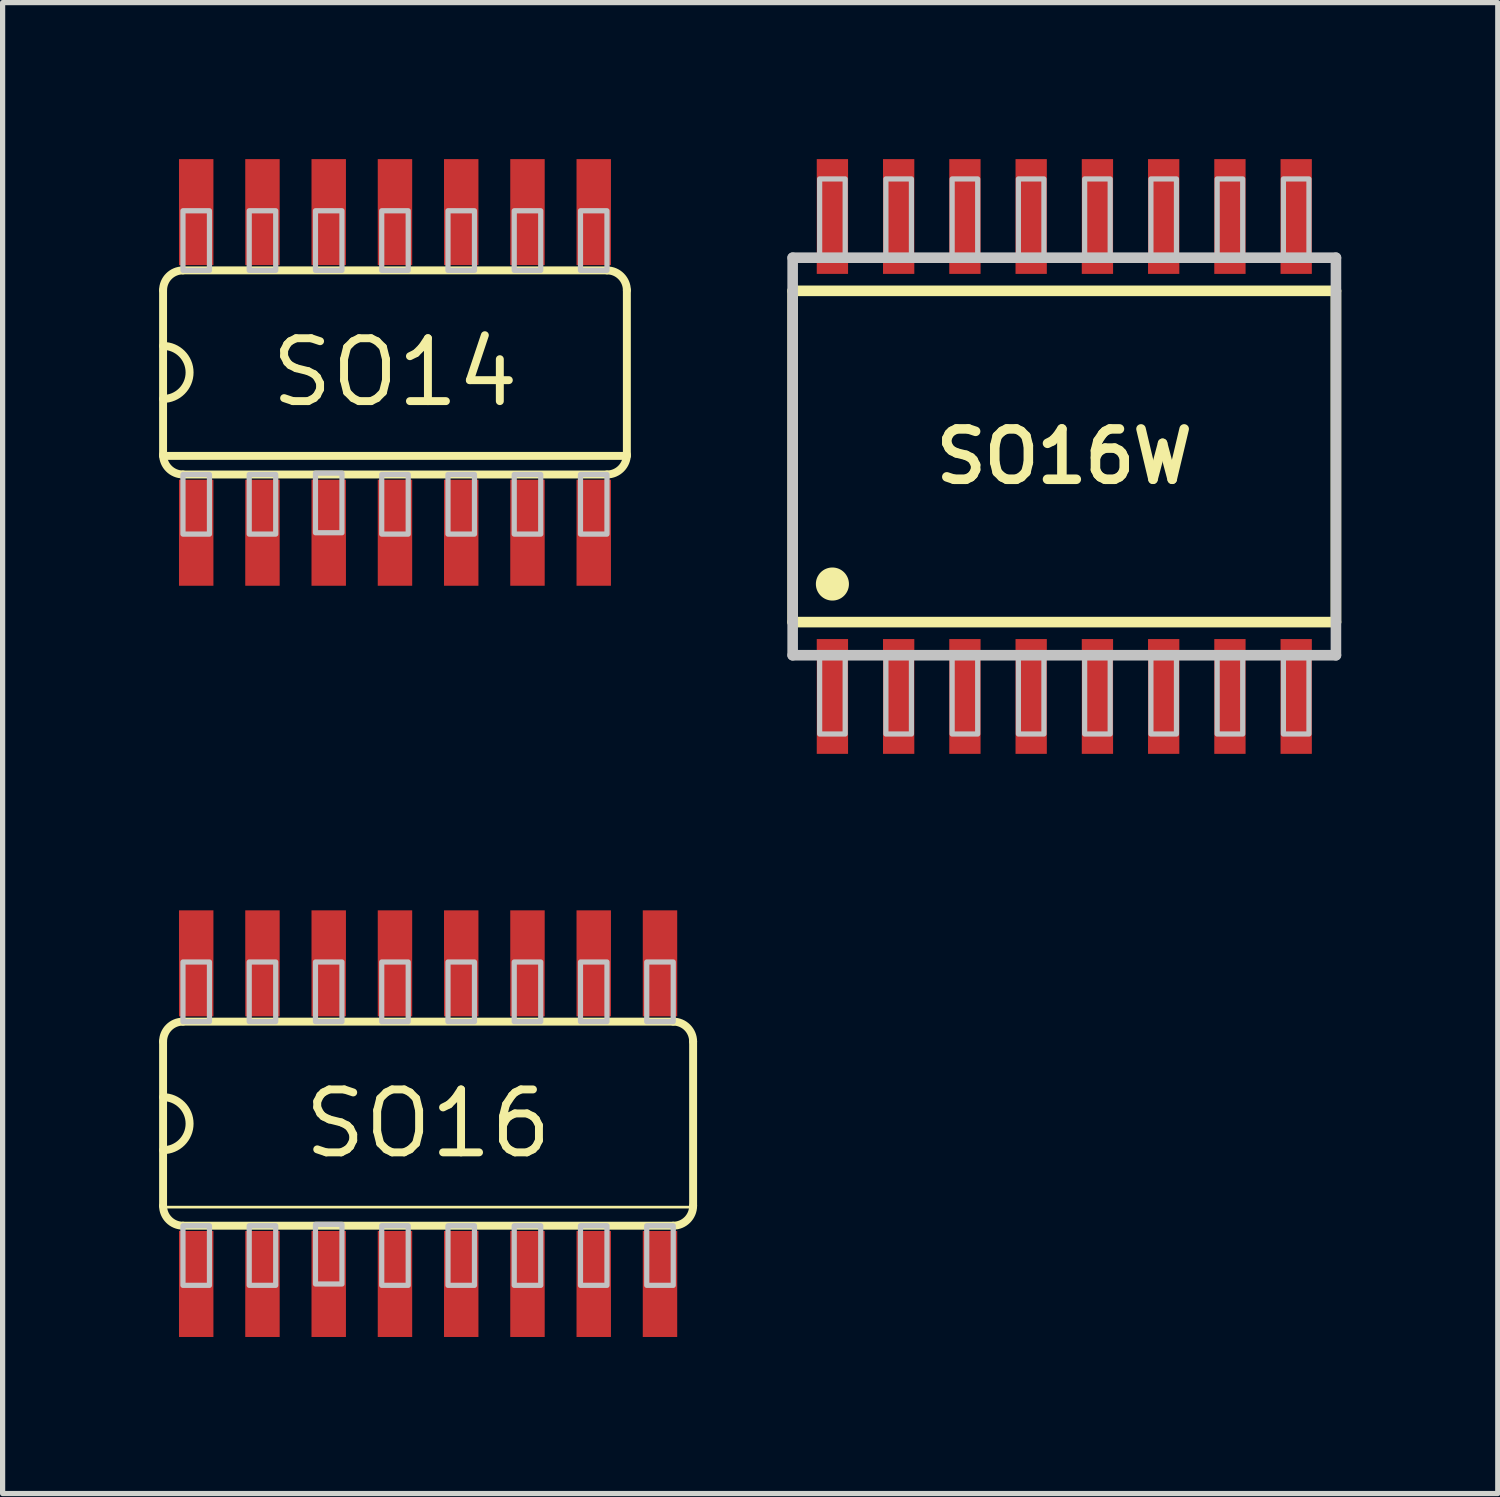
<source format=kicad_pcb>
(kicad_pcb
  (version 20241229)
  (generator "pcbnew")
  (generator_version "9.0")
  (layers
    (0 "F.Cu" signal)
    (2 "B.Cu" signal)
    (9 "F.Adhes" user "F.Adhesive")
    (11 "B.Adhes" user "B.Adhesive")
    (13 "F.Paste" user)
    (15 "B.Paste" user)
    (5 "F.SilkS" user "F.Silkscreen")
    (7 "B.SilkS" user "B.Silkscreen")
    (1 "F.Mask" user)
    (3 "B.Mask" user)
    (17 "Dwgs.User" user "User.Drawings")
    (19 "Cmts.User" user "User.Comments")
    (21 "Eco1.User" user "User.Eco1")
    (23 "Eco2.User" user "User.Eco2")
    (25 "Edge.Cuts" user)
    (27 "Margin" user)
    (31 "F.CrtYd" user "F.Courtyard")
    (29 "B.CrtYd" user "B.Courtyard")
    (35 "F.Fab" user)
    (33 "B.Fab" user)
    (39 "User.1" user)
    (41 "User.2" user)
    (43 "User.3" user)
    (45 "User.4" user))
  (footprint "SO14"
    (layer "F.Cu")
    (at 4.521 4.089)
    (property "Reference" "SO14" (at 0 0 0) (layer "F.SilkS") (effects (font (size 1.206 1.206) (thickness 0.152))))
    (attr through_hole)
    (fp_line (start -4.445 -1.575) (end -4.445 1.575) (stroke (width 0.152) (type solid)) (layer "F.SilkS"))
    (fp_line (start -4.445 1.6) (end 4.445 1.6) (stroke (width 0.152) (type solid)) (layer "F.SilkS"))
    (fp_line (start -4.064 1.956) (end 4.064 1.956) (stroke (width 0.152) (type solid)) (layer "F.SilkS"))
    (fp_line (start 4.064 -1.956) (end -4.064 -1.956) (stroke (width 0.152) (type solid)) (layer "F.SilkS"))
    (fp_line (start 4.445 1.575) (end 4.445 -1.575) (stroke (width 0.152) (type solid)) (layer "F.SilkS"))
    (fp_arc (start -4.445 -1.5748) (mid -4.333408 -1.844208) (end -4.064 -1.9558) (stroke (width 0.1524) (type solid)) (layer "F.SilkS"))
    (fp_arc (start -4.445 -0.508) (mid -3.937 0) (end -4.445 0.508) (stroke (width 0.1524) (type solid)) (layer "F.SilkS"))
    (fp_arc (start -4.064 1.9558) (mid -4.333408 1.844208) (end -4.445 1.5748) (stroke (width 0.1524) (type solid)) (layer "F.SilkS"))
    (fp_arc (start 4.064 -1.9558) (mid 4.333408 -1.844208) (end 4.445 -1.5748) (stroke (width 0.1524) (type solid)) (layer "F.SilkS"))
    (fp_arc (start 4.445 1.5748) (mid 4.333408 1.844208) (end 4.064 1.9558) (stroke (width 0.1524) (type solid)) (layer "F.SilkS"))
    (fp_poly (pts (xy -4.064 -1.956) (xy -3.556 -1.956) (xy -3.556 -3.099) (xy -4.064 -3.099)) (stroke (width 0.1) (type solid)) (fill no) (layer "Dwgs.User"))
    (fp_poly (pts (xy -4.064 3.099) (xy -3.556 3.099) (xy -3.556 1.956) (xy -4.064 1.956)) (stroke (width 0.1) (type solid)) (fill no) (layer "Dwgs.User"))
    (fp_poly (pts (xy -2.794 -1.956) (xy -2.286 -1.956) (xy -2.286 -3.099) (xy -2.794 -3.099)) (stroke (width 0.1) (type solid)) (fill no) (layer "Dwgs.User"))
    (fp_poly (pts (xy -2.794 3.099) (xy -2.286 3.099) (xy -2.286 1.956) (xy -2.794 1.956)) (stroke (width 0.1) (type solid)) (fill no) (layer "Dwgs.User"))
    (fp_poly (pts (xy -1.524 -1.956) (xy -1.016 -1.956) (xy -1.016 -3.099) (xy -1.524 -3.099)) (stroke (width 0.1) (type solid)) (fill no) (layer "Dwgs.User"))
    (fp_poly (pts (xy -1.524 3.073) (xy -1.016 3.073) (xy -1.016 1.93) (xy -1.524 1.93)) (stroke (width 0.1) (type solid)) (fill no) (layer "Dwgs.User"))
    (fp_poly (pts (xy -0.254 -1.956) (xy 0.254 -1.956) (xy 0.254 -3.099) (xy -0.254 -3.099)) (stroke (width 0.1) (type solid)) (fill no) (layer "Dwgs.User"))
    (fp_poly (pts (xy -0.254 3.099) (xy 0.254 3.099) (xy 0.254 1.956) (xy -0.254 1.956)) (stroke (width 0.1) (type solid)) (fill no) (layer "Dwgs.User"))
    (fp_poly (pts (xy 1.016 -1.956) (xy 1.524 -1.956) (xy 1.524 -3.099) (xy 1.016 -3.099)) (stroke (width 0.1) (type solid)) (fill no) (layer "Dwgs.User"))
    (fp_poly (pts (xy 1.016 3.099) (xy 1.524 3.099) (xy 1.524 1.956) (xy 1.016 1.956)) (stroke (width 0.1) (type solid)) (fill no) (layer "Dwgs.User"))
    (fp_poly (pts (xy 2.286 -1.956) (xy 2.794 -1.956) (xy 2.794 -3.099) (xy 2.286 -3.099)) (stroke (width 0.1) (type solid)) (fill no) (layer "Dwgs.User"))
    (fp_poly (pts (xy 2.286 3.099) (xy 2.794 3.099) (xy 2.794 1.956) (xy 2.286 1.956)) (stroke (width 0.1) (type solid)) (fill no) (layer "Dwgs.User"))
    (fp_poly (pts (xy 3.556 -1.956) (xy 4.064 -1.956) (xy 4.064 -3.099) (xy 3.556 -3.099)) (stroke (width 0.1) (type solid)) (fill no) (layer "Dwgs.User"))
    (fp_poly (pts (xy 3.556 3.099) (xy 4.064 3.099) (xy 4.064 1.956) (xy 3.556 1.956)) (stroke (width 0.1) (type solid)) (fill no) (layer "Dwgs.User"))
    (pad "1" smd rect (at -3.81 3.073) (size 0.66 2.032) (layers "F.Cu" "F.Mask" "F.Paste"))
    (pad "2" smd rect (at -2.54 3.073) (size 0.66 2.032) (layers "F.Cu" "F.Mask" "F.Paste"))
    (pad "3" smd rect (at -1.27 3.073) (size 0.66 2.032) (layers "F.Cu" "F.Mask" "F.Paste"))
    (pad "4" smd rect (at 0 3.073) (size 0.66 2.032) (layers "F.Cu" "F.Mask" "F.Paste"))
    (pad "5" smd rect (at 1.27 3.073) (size 0.66 2.032) (layers "F.Cu" "F.Mask" "F.Paste"))
    (pad "6" smd rect (at 2.54 3.073) (size 0.66 2.032) (layers "F.Cu" "F.Mask" "F.Paste"))
    (pad "7" smd rect (at 3.81 3.073) (size 0.66 2.032) (layers "F.Cu" "F.Mask" "F.Paste"))
    (pad "8" smd rect (at 3.81 -3.073) (size 0.66 2.032) (layers "F.Cu" "F.Mask" "F.Paste"))
    (pad "9" smd rect (at 2.54 -3.073) (size 0.66 2.032) (layers "F.Cu" "F.Mask" "F.Paste"))
    (pad "10" smd rect (at 1.27 -3.073) (size 0.66 2.032) (layers "F.Cu" "F.Mask" "F.Paste"))
    (pad "11" smd rect (at 0 -3.073) (size 0.66 2.032) (layers "F.Cu" "F.Mask" "F.Paste"))
    (pad "12" smd rect (at -1.27 -3.073) (size 0.66 2.032) (layers "F.Cu" "F.Mask" "F.Paste"))
    (pad "13" smd rect (at -2.54 -3.073) (size 0.66 2.032) (layers "F.Cu" "F.Mask" "F.Paste"))
    (pad "14" smd rect (at -3.81 -3.073) (size 0.66 2.032) (layers "F.Cu" "F.Mask" "F.Paste")))
  (footprint "SO16W"
    (layer "F.Cu")
    (at 17.351 5.7)
    (property "Reference" "SO16W" (at 0 0 0) (layer "F.SilkS") (effects (font (size 0.965 0.965) (thickness 0.183))))
    (attr through_hole)
    (fp_line (start -5.207 -3.175) (end 5.207 -3.175) (stroke (width 0.203) (type solid)) (layer "F.SilkS"))
    (fp_line (start -5.207 3.175) (end -5.207 -3.175) (stroke (width 0.203) (type solid)) (layer "F.SilkS"))
    (fp_line (start 5.207 -3.175) (end 5.207 3.175) (stroke (width 0.203) (type solid)) (layer "F.SilkS"))
    (fp_line (start 5.207 3.175) (end -5.207 3.175) (stroke (width 0.203) (type solid)) (layer "F.SilkS"))
    (fp_circle (center -4.445 2.445) (end -4.128 2.445) (stroke (width 0) (type solid)) (fill yes) (layer "F.SilkS"))
    (fp_line (start -5.207 -3.81) (end 5.207 -3.81) (stroke (width 0.203) (type solid)) (layer "Dwgs.User"))
    (fp_line (start -5.207 3.81) (end -5.207 -3.81) (stroke (width 0.203) (type solid)) (layer "Dwgs.User"))
    (fp_line (start 5.207 -3.81) (end 5.207 3.81) (stroke (width 0.203) (type solid)) (layer "Dwgs.User"))
    (fp_line (start 5.207 3.81) (end -5.207 3.81) (stroke (width 0.203) (type solid)) (layer "Dwgs.User"))
    (fp_poly (pts (xy -4.69 -3.8) (xy -4.2 -3.8) (xy -4.2 -5.32) (xy -4.69 -5.32)) (stroke (width 0.1) (type solid)) (fill no) (layer "Dwgs.User"))
    (fp_poly (pts (xy -4.69 5.32) (xy -4.2 5.32) (xy -4.2 3.8) (xy -4.69 3.8)) (stroke (width 0.1) (type solid)) (fill no) (layer "Dwgs.User"))
    (fp_poly (pts (xy -3.42 -3.8) (xy -2.93 -3.8) (xy -2.93 -5.32) (xy -3.42 -5.32)) (stroke (width 0.1) (type solid)) (fill no) (layer "Dwgs.User"))
    (fp_poly (pts (xy -3.42 5.32) (xy -2.93 5.32) (xy -2.93 3.8) (xy -3.42 3.8)) (stroke (width 0.1) (type solid)) (fill no) (layer "Dwgs.User"))
    (fp_poly (pts (xy -2.15 -3.8) (xy -1.66 -3.8) (xy -1.66 -5.32) (xy -2.15 -5.32)) (stroke (width 0.1) (type solid)) (fill no) (layer "Dwgs.User"))
    (fp_poly (pts (xy -2.15 5.32) (xy -1.66 5.32) (xy -1.66 3.8) (xy -2.15 3.8)) (stroke (width 0.1) (type solid)) (fill no) (layer "Dwgs.User"))
    (fp_poly (pts (xy -0.88 -3.8) (xy -0.39 -3.8) (xy -0.39 -5.32) (xy -0.88 -5.32)) (stroke (width 0.1) (type solid)) (fill no) (layer "Dwgs.User"))
    (fp_poly (pts (xy -0.88 5.32) (xy -0.39 5.32) (xy -0.39 3.8) (xy -0.88 3.8)) (stroke (width 0.1) (type solid)) (fill no) (layer "Dwgs.User"))
    (fp_poly (pts (xy 0.39 -3.8) (xy 0.88 -3.8) (xy 0.88 -5.32) (xy 0.39 -5.32)) (stroke (width 0.1) (type solid)) (fill no) (layer "Dwgs.User"))
    (fp_poly (pts (xy 0.39 5.32) (xy 0.88 5.32) (xy 0.88 3.8) (xy 0.39 3.8)) (stroke (width 0.1) (type solid)) (fill no) (layer "Dwgs.User"))
    (fp_poly (pts (xy 1.66 -3.8) (xy 2.15 -3.8) (xy 2.15 -5.32) (xy 1.66 -5.32)) (stroke (width 0.1) (type solid)) (fill no) (layer "Dwgs.User"))
    (fp_poly (pts (xy 1.66 5.32) (xy 2.15 5.32) (xy 2.15 3.8) (xy 1.66 3.8)) (stroke (width 0.1) (type solid)) (fill no) (layer "Dwgs.User"))
    (fp_poly (pts (xy 2.93 -3.8) (xy 3.42 -3.8) (xy 3.42 -5.32) (xy 2.93 -5.32)) (stroke (width 0.1) (type solid)) (fill no) (layer "Dwgs.User"))
    (fp_poly (pts (xy 2.93 5.32) (xy 3.42 5.32) (xy 3.42 3.8) (xy 2.93 3.8)) (stroke (width 0.1) (type solid)) (fill no) (layer "Dwgs.User"))
    (fp_poly (pts (xy 4.2 -3.8) (xy 4.69 -3.8) (xy 4.69 -5.32) (xy 4.2 -5.32)) (stroke (width 0.1) (type solid)) (fill no) (layer "Dwgs.User"))
    (fp_poly (pts (xy 4.2 5.32) (xy 4.69 5.32) (xy 4.69 3.8) (xy 4.2 3.8)) (stroke (width 0.1) (type solid)) (fill no) (layer "Dwgs.User"))
    (pad "1" smd rect (at -4.445 4.6) (size 0.6 2.2) (layers "F.Cu" "F.Mask" "F.Paste"))
    (pad "2" smd rect (at -3.175 4.6) (size 0.6 2.2) (layers "F.Cu" "F.Mask" "F.Paste"))
    (pad "3" smd rect (at -1.905 4.6) (size 0.6 2.2) (layers "F.Cu" "F.Mask" "F.Paste"))
    (pad "4" smd rect (at -0.635 4.6) (size 0.6 2.2) (layers "F.Cu" "F.Mask" "F.Paste"))
    (pad "5" smd rect (at 0.635 4.6) (size 0.6 2.2) (layers "F.Cu" "F.Mask" "F.Paste"))
    (pad "6" smd rect (at 1.905 4.6) (size 0.6 2.2) (layers "F.Cu" "F.Mask" "F.Paste"))
    (pad "7" smd rect (at 3.175 4.6) (size 0.6 2.2) (layers "F.Cu" "F.Mask" "F.Paste"))
    (pad "8" smd rect (at 4.445 4.6) (size 0.6 2.2) (layers "F.Cu" "F.Mask" "F.Paste"))
    (pad "9" smd rect (at 4.445 -4.6) (size 0.6 2.2) (layers "F.Cu" "F.Mask" "F.Paste"))
    (pad "10" smd rect (at 3.175 -4.6) (size 0.6 2.2) (layers "F.Cu" "F.Mask" "F.Paste"))
    (pad "11" smd rect (at 1.905 -4.6) (size 0.6 2.2) (layers "F.Cu" "F.Mask" "F.Paste"))
    (pad "12" smd rect (at 0.635 -4.6) (size 0.6 2.2) (layers "F.Cu" "F.Mask" "F.Paste"))
    (pad "13" smd rect (at -0.635 -4.6) (size 0.6 2.2) (layers "F.Cu" "F.Mask" "F.Paste"))
    (pad "14" smd rect (at -1.905 -4.6) (size 0.6 2.2) (layers "F.Cu" "F.Mask" "F.Paste"))
    (pad "15" smd rect (at -3.175 -4.6) (size 0.6 2.2) (layers "F.Cu" "F.Mask" "F.Paste"))
    (pad "16" smd rect (at -4.445 -4.6) (size 0.6 2.2) (layers "F.Cu" "F.Mask" "F.Paste")))
  (footprint "SO16"
    (layer "F.Cu")
    (at 5.156 18.489)
    (property "Reference" "SO16" (at 0 0 0) (layer "F.SilkS") (effects (font (size 1.206 1.206) (thickness 0.152))))
    (attr through_hole)
    (fp_line (start -5.08 -1.575) (end -5.08 1.575) (stroke (width 0.152) (type solid)) (layer "F.SilkS"))
    (fp_line (start -5.08 1.6) (end 5.08 1.6) (stroke (width 0.051) (type solid)) (layer "F.SilkS"))
    (fp_line (start -4.699 1.956) (end 4.699 1.956) (stroke (width 0.152) (type solid)) (layer "F.SilkS"))
    (fp_line (start 4.699 -1.956) (end -4.699 -1.956) (stroke (width 0.152) (type solid)) (layer "F.SilkS"))
    (fp_line (start 5.08 1.575) (end 5.08 -1.575) (stroke (width 0.152) (type solid)) (layer "F.SilkS"))
    (fp_arc (start -5.08 -1.5748) (mid -4.968408 -1.844208) (end -4.699 -1.9558) (stroke (width 0.1524) (type solid)) (layer "F.SilkS"))
    (fp_arc (start -5.08 -0.508) (mid -4.572 0) (end -5.08 0.508) (stroke (width 0.1524) (type solid)) (layer "F.SilkS"))
    (fp_arc (start -4.699 1.9558) (mid -4.968408 1.844208) (end -5.08 1.5748) (stroke (width 0.1524) (type solid)) (layer "F.SilkS"))
    (fp_arc (start 4.699 -1.9558) (mid 4.968408 -1.844208) (end 5.08 -1.5748) (stroke (width 0.1524) (type solid)) (layer "F.SilkS"))
    (fp_arc (start 5.08 1.5748) (mid 4.968408 1.844208) (end 4.699 1.9558) (stroke (width 0.1524) (type solid)) (layer "F.SilkS"))
    (fp_poly (pts (xy -4.699 -1.956) (xy -4.191 -1.956) (xy -4.191 -3.099) (xy -4.699 -3.099)) (stroke (width 0.1) (type solid)) (fill no) (layer "Dwgs.User"))
    (fp_poly (pts (xy -4.699 3.099) (xy -4.191 3.099) (xy -4.191 1.956) (xy -4.699 1.956)) (stroke (width 0.1) (type solid)) (fill no) (layer "Dwgs.User"))
    (fp_poly (pts (xy -3.429 -1.956) (xy -2.921 -1.956) (xy -2.921 -3.099) (xy -3.429 -3.099)) (stroke (width 0.1) (type solid)) (fill no) (layer "Dwgs.User"))
    (fp_poly (pts (xy -3.429 3.099) (xy -2.921 3.099) (xy -2.921 1.956) (xy -3.429 1.956)) (stroke (width 0.1) (type solid)) (fill no) (layer "Dwgs.User"))
    (fp_poly (pts (xy -2.159 -1.956) (xy -1.651 -1.956) (xy -1.651 -3.099) (xy -2.159 -3.099)) (stroke (width 0.1) (type solid)) (fill no) (layer "Dwgs.User"))
    (fp_poly (pts (xy -2.159 3.073) (xy -1.651 3.073) (xy -1.651 1.93) (xy -2.159 1.93)) (stroke (width 0.1) (type solid)) (fill no) (layer "Dwgs.User"))
    (fp_poly (pts (xy -0.889 -1.956) (xy -0.381 -1.956) (xy -0.381 -3.099) (xy -0.889 -3.099)) (stroke (width 0.1) (type solid)) (fill no) (layer "Dwgs.User"))
    (fp_poly (pts (xy -0.889 3.099) (xy -0.381 3.099) (xy -0.381 1.956) (xy -0.889 1.956)) (stroke (width 0.1) (type solid)) (fill no) (layer "Dwgs.User"))
    (fp_poly (pts (xy 0.381 -1.956) (xy 0.889 -1.956) (xy 0.889 -3.099) (xy 0.381 -3.099)) (stroke (width 0.1) (type solid)) (fill no) (layer "Dwgs.User"))
    (fp_poly (pts (xy 0.381 3.099) (xy 0.889 3.099) (xy 0.889 1.956) (xy 0.381 1.956)) (stroke (width 0.1) (type solid)) (fill no) (layer "Dwgs.User"))
    (fp_poly (pts (xy 1.651 -1.956) (xy 2.159 -1.956) (xy 2.159 -3.099) (xy 1.651 -3.099)) (stroke (width 0.1) (type solid)) (fill no) (layer "Dwgs.User"))
    (fp_poly (pts (xy 1.651 3.099) (xy 2.159 3.099) (xy 2.159 1.956) (xy 1.651 1.956)) (stroke (width 0.1) (type solid)) (fill no) (layer "Dwgs.User"))
    (fp_poly (pts (xy 2.921 -1.956) (xy 3.429 -1.956) (xy 3.429 -3.099) (xy 2.921 -3.099)) (stroke (width 0.1) (type solid)) (fill no) (layer "Dwgs.User"))
    (fp_poly (pts (xy 2.921 3.099) (xy 3.429 3.099) (xy 3.429 1.956) (xy 2.921 1.956)) (stroke (width 0.1) (type solid)) (fill no) (layer "Dwgs.User"))
    (fp_poly (pts (xy 4.191 -1.956) (xy 4.699 -1.956) (xy 4.699 -3.099) (xy 4.191 -3.099)) (stroke (width 0.1) (type solid)) (fill no) (layer "Dwgs.User"))
    (fp_poly (pts (xy 4.191 3.099) (xy 4.699 3.099) (xy 4.699 1.956) (xy 4.191 1.956)) (stroke (width 0.1) (type solid)) (fill no) (layer "Dwgs.User"))
    (pad "1" smd rect (at -4.445 3.073) (size 0.66 2.032) (layers "F.Cu" "F.Mask" "F.Paste"))
    (pad "2" smd rect (at -3.175 3.073) (size 0.66 2.032) (layers "F.Cu" "F.Mask" "F.Paste"))
    (pad "3" smd rect (at -1.905 3.073) (size 0.66 2.032) (layers "F.Cu" "F.Mask" "F.Paste"))
    (pad "4" smd rect (at -0.635 3.073) (size 0.66 2.032) (layers "F.Cu" "F.Mask" "F.Paste"))
    (pad "5" smd rect (at 0.635 3.073) (size 0.66 2.032) (layers "F.Cu" "F.Mask" "F.Paste"))
    (pad "6" smd rect (at 1.905 3.073) (size 0.66 2.032) (layers "F.Cu" "F.Mask" "F.Paste"))
    (pad "7" smd rect (at 3.175 3.073) (size 0.66 2.032) (layers "F.Cu" "F.Mask" "F.Paste"))
    (pad "8" smd rect (at 4.445 3.073) (size 0.66 2.032) (layers "F.Cu" "F.Mask" "F.Paste"))
    (pad "9" smd rect (at 4.445 -3.073) (size 0.66 2.032) (layers "F.Cu" "F.Mask" "F.Paste"))
    (pad "10" smd rect (at 3.175 -3.073) (size 0.66 2.032) (layers "F.Cu" "F.Mask" "F.Paste"))
    (pad "11" smd rect (at 1.905 -3.073) (size 0.66 2.032) (layers "F.Cu" "F.Mask" "F.Paste"))
    (pad "12" smd rect (at 0.635 -3.073) (size 0.66 2.032) (layers "F.Cu" "F.Mask" "F.Paste"))
    (pad "13" smd rect (at -0.635 -3.073) (size 0.66 2.032) (layers "F.Cu" "F.Mask" "F.Paste"))
    (pad "14" smd rect (at -1.905 -3.073) (size 0.66 2.032) (layers "F.Cu" "F.Mask" "F.Paste"))
    (pad "15" smd rect (at -3.175 -3.073) (size 0.66 2.032) (layers "F.Cu" "F.Mask" "F.Paste"))
    (pad "16" smd rect (at -4.445 -3.073) (size 0.66 2.032) (layers "F.Cu" "F.Mask" "F.Paste")))
  (gr_rect
    (start -3 -3)
    (end 25.66 25.579)
    (stroke (width 0.1) (type default))
    (fill no)
    (layer "Edge.Cuts")))
</source>
